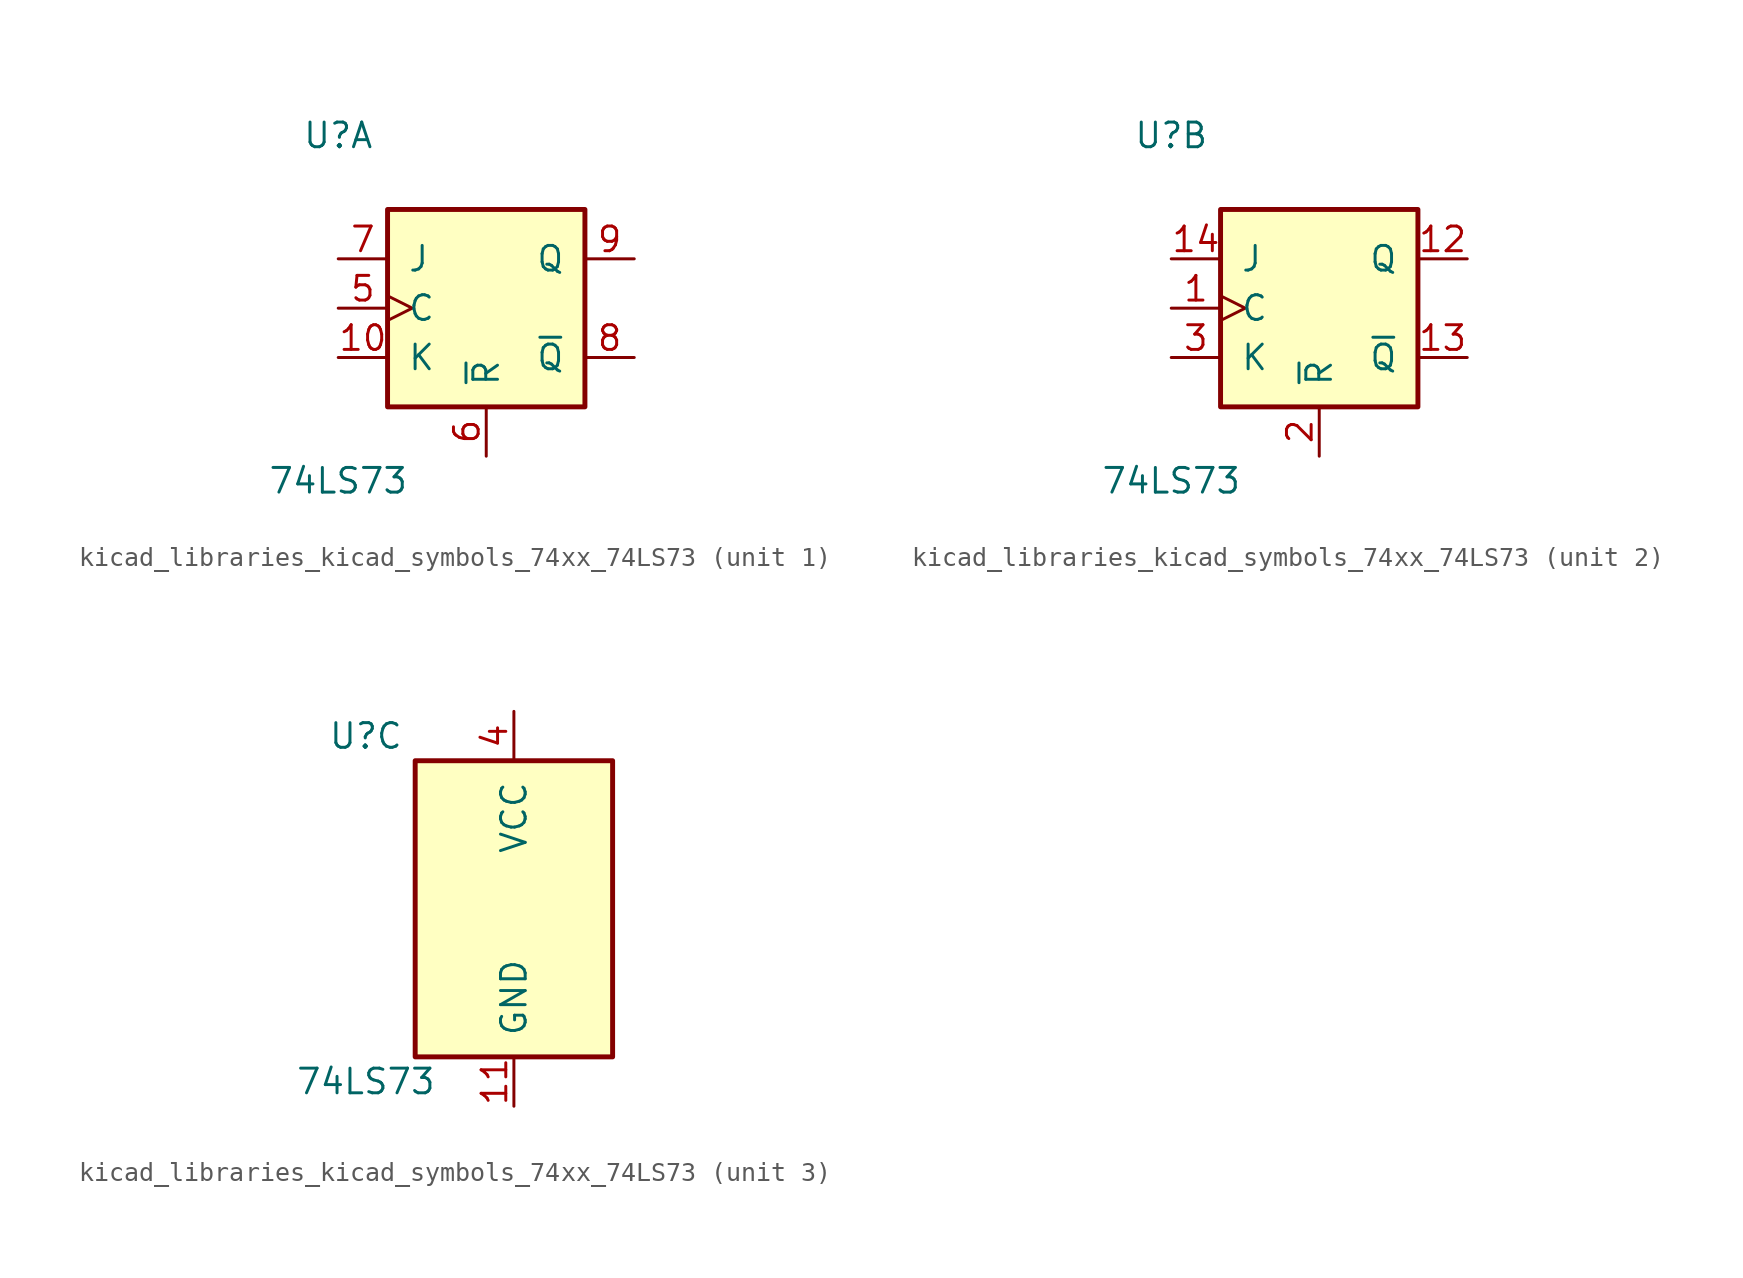
<source format=kicad_sym>
(kicad_symbol_lib
  (version 20220914)
  (generator kicad_symbol_editor)
  (symbol "kicad_libraries_kicad_symbols_74xx_74LS73"
    (pin_names
      (offset 1.016))
    (property "Reference" "U"
      (at -7.62 8.89 0)
      (effects (font (size 1.27 1.27))))
    (property "Value" "74LS73"
      (at -7.62 -8.89 0)
      (effects (font (size 1.27 1.27))))
    (property "ki_locked" ""
      (at 0 0 0)
      (effects (font (size 1.27 1.27))))
    (symbol "kicad_libraries_kicad_symbols_74xx_74LS73_1_0"
      (pin input line (at -7.62 -2.54 0) (length 2.54) (name "K" (effects (font (size 1.27 1.27)))) (number "10" (effects (font (size 1.27 1.27)))))
      (pin input clock (at -7.62 0 0) (length 2.54) (name "C" (effects (font (size 1.27 1.27)))) (number "5" (effects (font (size 1.27 1.27)))))
      (pin input line (at 0 -7.62 90) (length 2.54) (name "~{R}" (effects (font (size 1.27 1.27)))) (number "6" (effects (font (size 1.27 1.27)))))
      (pin input line (at -7.62 2.54 0) (length 2.54) (name "J" (effects (font (size 1.27 1.27)))) (number "7" (effects (font (size 1.27 1.27)))))
      (pin output line (at 7.62 -2.54 180) (length 2.54) (name "~{Q}" (effects (font (size 1.27 1.27)))) (number "8" (effects (font (size 1.27 1.27)))))
      (pin output line (at 7.62 2.54 180) (length 2.54) (name "Q" (effects (font (size 1.27 1.27)))) (number "9" (effects (font (size 1.27 1.27))))))
    (symbol "kicad_libraries_kicad_symbols_74xx_74LS73_1_1"
      (rectangle (start -5.08 5.08) (end 5.08 -5.08) (stroke (width 0.254) (type default)) (fill (type background))))
    (symbol "kicad_libraries_kicad_symbols_74xx_74LS73_2_0"
      (pin input clock (at -7.62 0 0) (length 2.54) (name "C" (effects (font (size 1.27 1.27)))) (number "1" (effects (font (size 1.27 1.27)))))
      (pin output line (at 7.62 2.54 180) (length 2.54) (name "Q" (effects (font (size 1.27 1.27)))) (number "12" (effects (font (size 1.27 1.27)))))
      (pin output line (at 7.62 -2.54 180) (length 2.54) (name "~{Q}" (effects (font (size 1.27 1.27)))) (number "13" (effects (font (size 1.27 1.27)))))
      (pin input line (at -7.62 2.54 0) (length 2.54) (name "J" (effects (font (size 1.27 1.27)))) (number "14" (effects (font (size 1.27 1.27)))))
      (pin input line (at 0 -7.62 90) (length 2.54) (name "~{R}" (effects (font (size 1.27 1.27)))) (number "2" (effects (font (size 1.27 1.27)))))
      (pin input line (at -7.62 -2.54 0) (length 2.54) (name "K" (effects (font (size 1.27 1.27)))) (number "3" (effects (font (size 1.27 1.27))))))
    (symbol "kicad_libraries_kicad_symbols_74xx_74LS73_2_1"
      (rectangle (start -5.08 5.08) (end 5.08 -5.08) (stroke (width 0.254) (type default)) (fill (type background))))
    (symbol "kicad_libraries_kicad_symbols_74xx_74LS73_3_0"
      (pin power_in line (at 0 -10.16 90) (length 2.54) (name "GND" (effects (font (size 1.27 1.27)))) (number "11" (effects (font (size 1.27 1.27)))))
      (pin power_in line (at 0 10.16 270) (length 2.54) (name "VCC" (effects (font (size 1.27 1.27)))) (number "4" (effects (font (size 1.27 1.27))))))
    (symbol "kicad_libraries_kicad_symbols_74xx_74LS73_3_1"
      (rectangle (start -5.08 7.62) (end 5.08 -7.62) (stroke (width 0.254) (type default)) (fill (type background))))))
</source>
